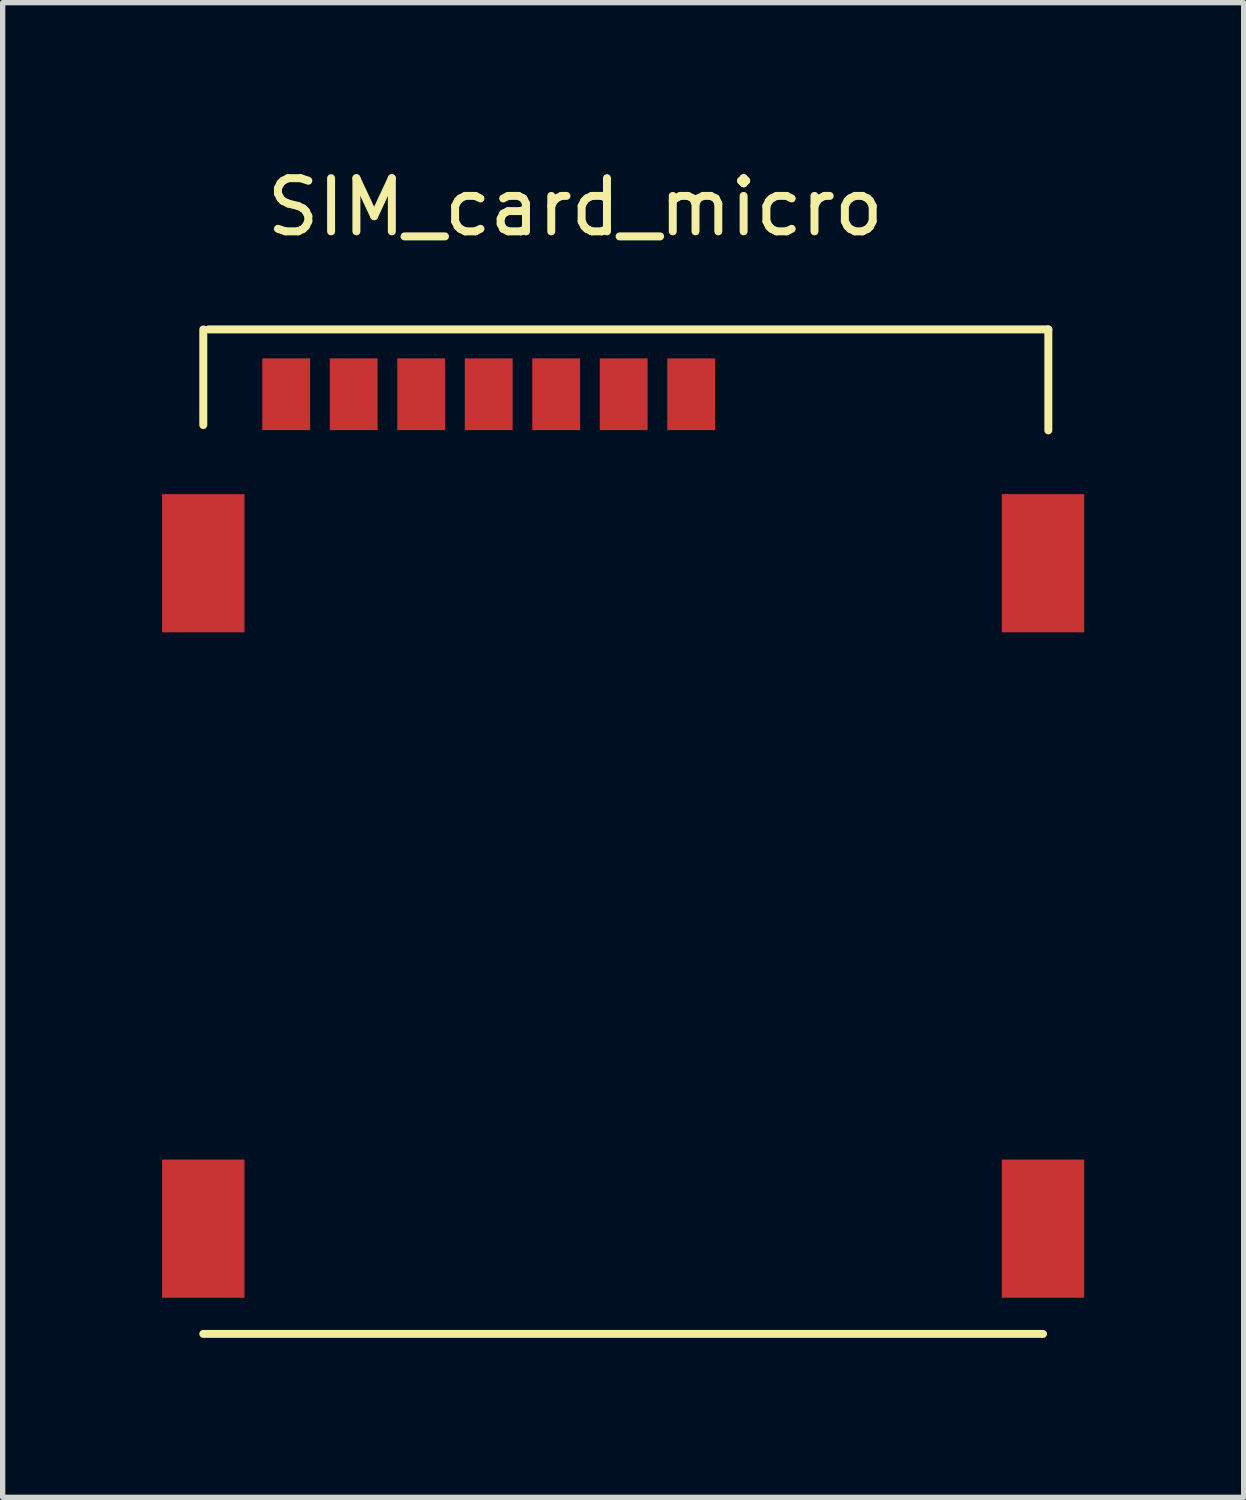
<source format=kicad_pcb>
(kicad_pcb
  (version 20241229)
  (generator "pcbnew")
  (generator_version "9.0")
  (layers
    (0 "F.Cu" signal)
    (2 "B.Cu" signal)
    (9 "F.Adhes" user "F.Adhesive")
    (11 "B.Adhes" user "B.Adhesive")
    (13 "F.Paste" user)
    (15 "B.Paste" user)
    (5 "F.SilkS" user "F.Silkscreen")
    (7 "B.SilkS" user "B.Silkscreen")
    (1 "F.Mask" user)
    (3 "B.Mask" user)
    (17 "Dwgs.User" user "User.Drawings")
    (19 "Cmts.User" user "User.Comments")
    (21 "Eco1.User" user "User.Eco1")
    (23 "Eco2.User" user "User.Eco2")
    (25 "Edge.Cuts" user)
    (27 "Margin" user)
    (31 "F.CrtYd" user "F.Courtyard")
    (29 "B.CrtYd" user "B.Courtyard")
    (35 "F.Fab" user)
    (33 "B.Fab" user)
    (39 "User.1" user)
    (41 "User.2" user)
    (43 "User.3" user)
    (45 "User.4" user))
  (footprint "SIM_card_micro"
    (layer "F.Cu")
    (at 0.775 7.548)
    (property "Reference" "SIM_card_micro" (at 7 -6.7 0) (layer "F.SilkS") (effects (font (size 1 1) (thickness 0.15))))
    (attr through_hole)
    (fp_line (start 0 -4.4) (end 0 -2.6) (stroke (width 0.15) (type solid)) (layer "F.SilkS"))
    (fp_line (start 0 14.5) (end 15.8 14.5) (stroke (width 0.15) (type solid)) (layer "F.SilkS"))
    (fp_line (start 0.1 -4.4) (end 15.9 -4.4) (stroke (width 0.15) (type solid)) (layer "F.SilkS"))
    (fp_line (start 15.9 -4.4) (end 15.9 -2.5) (stroke (width 0.15) (type solid)) (layer "F.SilkS"))
    (pad "0" smd rect (at 0 0) (size 1.55 2.6) (layers "F.Cu" "F.Mask" "F.Paste"))
    (pad "0" smd rect (at 0 12.52) (size 1.55 2.6) (layers "F.Cu" "F.Mask" "F.Paste"))
    (pad "0" smd rect (at 15.8 0) (size 1.55 2.6) (layers "F.Cu" "F.Mask" "F.Paste"))
    (pad "0" smd rect (at 15.8 12.52) (size 1.55 2.6) (layers "F.Cu" "F.Mask" "F.Paste"))
    (pad "1" smd rect (at 2.83 -3.18) (size 0.9 1.35) (layers "F.Cu" "F.Mask" "F.Paste"))
    (pad "2" smd rect (at 5.37 -3.18) (size 0.9 1.35) (layers "F.Cu" "F.Mask" "F.Paste"))
    (pad "3" smd rect (at 7.91 -3.18) (size 0.9 1.35) (layers "F.Cu" "F.Mask" "F.Paste"))
    (pad "4" smd rect (at 9.18 -3.18) (size 0.9 1.35) (layers "F.Cu" "F.Mask" "F.Paste"))
    (pad "5" smd rect (at 1.56 -3.18) (size 0.9 1.35) (layers "F.Cu" "F.Mask" "F.Paste"))
    (pad "6" smd rect (at 4.1 -3.18) (size 0.9 1.35) (layers "F.Cu" "F.Mask" "F.Paste"))
    (pad "7" smd rect (at 6.64 -3.18) (size 0.9 1.35) (layers "F.Cu" "F.Mask" "F.Paste")))
  (gr_rect
    (start -3 -3)
    (end 20.35 25.123)
    (stroke (width 0.1) (type default))
    (fill no)
    (layer "Edge.Cuts")))
</source>
